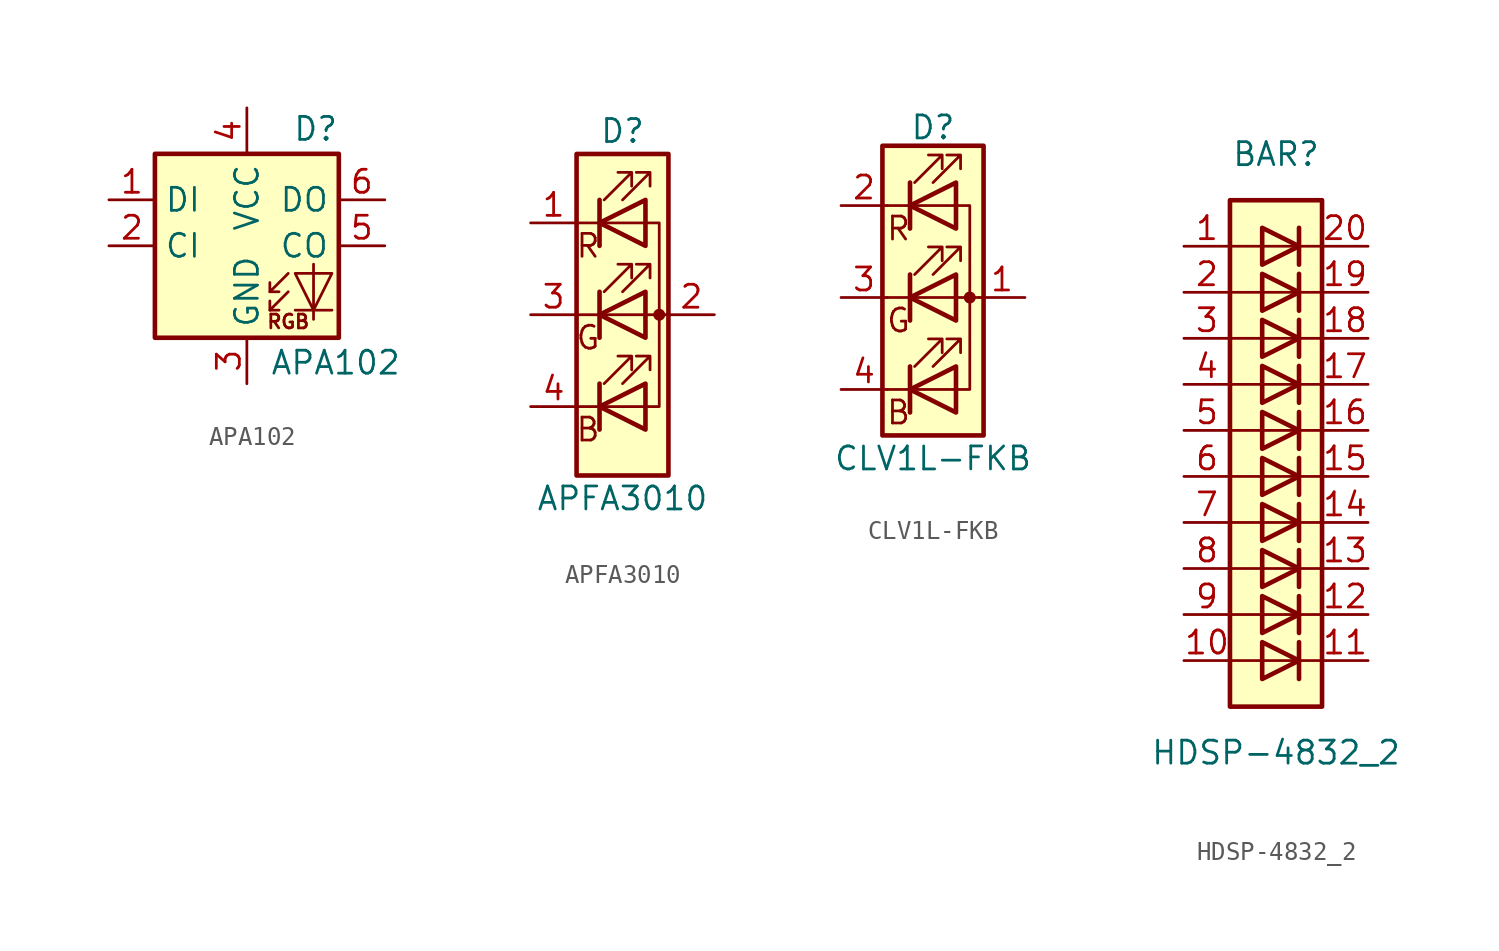
<source format=kicad_sym>
(kicad_symbol_lib
  (version 20211014)
  (generator kicad_symbol_editor)
  (symbol "APA102"
    (property "Reference" "D"
      (at 5.08 5.715 0)
      (effects (font (size 1.27 1.27)) (justify right bottom)))
    (property "Value" "APA102"
      (at 1.27 -5.715 0)
      (effects (font (size 1.27 1.27)) (justify left top)))
    (symbol "APA102_0_0"
      (text "RGB" (at 2.286 -4.191 0) (effects (font (size 0.762 0.762)))))
    (symbol "APA102_0_1"
      (polyline (pts (xy 1.27 -3.556) (xy 1.778 -3.556)) (stroke (width 0) (type default) (color 0 0 0 0)) (fill (type none)))
      (polyline (pts (xy 1.27 -2.54) (xy 1.778 -2.54)) (stroke (width 0) (type default) (color 0 0 0 0)) (fill (type none)))
      (polyline (pts (xy 4.699 -3.556) (xy 2.667 -3.556)) (stroke (width 0) (type default) (color 0 0 0 0)) (fill (type none)))
      (polyline (pts (xy 2.286 -2.54) (xy 1.27 -3.556) (xy 1.27 -3.048)) (stroke (width 0) (type default) (color 0 0 0 0)) (fill (type none)))
      (polyline (pts (xy 2.286 -1.524) (xy 1.27 -2.54) (xy 1.27 -2.032)) (stroke (width 0) (type default) (color 0 0 0 0)) (fill (type none)))
      (polyline (pts (xy 3.683 -1.016) (xy 3.683 -3.556) (xy 3.683 -4.064)) (stroke (width 0) (type default) (color 0 0 0 0)) (fill (type none)))
      (polyline (pts (xy 4.699 -1.524) (xy 2.667 -1.524) (xy 3.683 -3.556) (xy 4.699 -1.524)) (stroke (width 0) (type default) (color 0 0 0 0)) (fill (type none)))
      (rectangle (start 5.08 5.08) (end -5.08 -5.08) (stroke (width 0.254) (type default) (color 0 0 0 0)) (fill (type background))))
    (symbol "APA102_1_1"
      (pin input line (at -7.62 2.54 0) (length 2.54) (name "DI" (effects (font (size 1.27 1.27)))) (number "1" (effects (font (size 1.27 1.27)))))
      (pin input line (at -7.62 0 0) (length 2.54) (name "CI" (effects (font (size 1.27 1.27)))) (number "2" (effects (font (size 1.27 1.27)))))
      (pin power_in line (at 0 -7.62 90) (length 2.54) (name "GND" (effects (font (size 1.27 1.27)))) (number "3" (effects (font (size 1.27 1.27)))))
      (pin power_in line (at 0 7.62 270) (length 2.54) (name "VCC" (effects (font (size 1.27 1.27)))) (number "4" (effects (font (size 1.27 1.27)))))
      (pin output line (at 7.62 0 180) (length 2.54) (name "CO" (effects (font (size 1.27 1.27)))) (number "5" (effects (font (size 1.27 1.27)))))
      (pin output line (at 7.62 2.54 180) (length 2.54) (name "DO" (effects (font (size 1.27 1.27)))) (number "6" (effects (font (size 1.27 1.27)))))))
  (symbol "APFA3010"
    (pin_names
      (offset 0) hide)
    (property "Reference" "D"
      (at 0 10.16 0)
      (effects (font (size 1.27 1.27))))
    (property "Value" "APFA3010"
      (at 0 -10.16 0)
      (effects (font (size 1.27 1.27))))
    (symbol "APFA3010_0_0"
      (text "B" (at -1.905 -6.35 0) (effects (font (size 1.27 1.27))))
      (text "G" (at -1.905 -1.27 0) (effects (font (size 1.27 1.27))))
      (text "R" (at -1.905 3.81 0) (effects (font (size 1.27 1.27)))))
    (symbol "APFA3010_0_1"
      (rectangle (start -2.54 -8.89) (end 2.54 8.89) (stroke (width 0.254) (type default) (color 0 0 0 0)) (fill (type background)))
      (polyline (pts (xy -2.54 -5.08) (xy 1.27 -5.08)) (stroke (width 0) (type default) (color 0 0 0 0)) (fill (type none)))
      (polyline (pts (xy -1.27 -3.81) (xy -1.27 -6.35)) (stroke (width 0.254) (type default) (color 0 0 0 0)) (fill (type none)))
      (polyline (pts (xy -1.27 1.27) (xy -1.27 -1.27)) (stroke (width 0.254) (type default) (color 0 0 0 0)) (fill (type none)))
      (polyline (pts (xy -1.27 6.35) (xy -1.27 3.81)) (stroke (width 0.254) (type default) (color 0 0 0 0)) (fill (type none)))
      (polyline (pts (xy 1.27 5.08) (xy -2.54 5.08)) (stroke (width 0) (type default) (color 0 0 0 0)) (fill (type none)))
      (polyline (pts (xy 2.54 0) (xy -2.54 0)) (stroke (width 0) (type default) (color 0 0 0 0)) (fill (type none)))
      (polyline (pts (xy 1.27 -5.08) (xy 2.032 -5.08) (xy 2.032 5.08) (xy 1.27 5.08)) (stroke (width 0) (type default) (color 0 0 0 0)) (fill (type none)))
      (polyline (pts (xy 1.27 -3.81) (xy 1.27 -6.35) (xy -1.27 -5.08) (xy 1.27 -3.81)) (stroke (width 0.254) (type default) (color 0 0 0 0)) (fill (type none)))
      (polyline (pts (xy 1.27 1.27) (xy 1.27 -1.27) (xy -1.27 0) (xy 1.27 1.27)) (stroke (width 0.254) (type default) (color 0 0 0 0)) (fill (type none)))
      (polyline (pts (xy 1.27 6.35) (xy 1.27 3.81) (xy -1.27 5.08) (xy 1.27 6.35)) (stroke (width 0.254) (type default) (color 0 0 0 0)) (fill (type none)))
      (polyline (pts (xy -1.016 -3.81) (xy 0.508 -2.286) (xy -0.254 -2.286) (xy 0.508 -2.286) (xy 0.508 -3.048)) (stroke (width 0) (type default) (color 0 0 0 0)) (fill (type none)))
      (polyline (pts (xy -1.016 1.27) (xy 0.508 2.794) (xy -0.254 2.794) (xy 0.508 2.794) (xy 0.508 2.032)) (stroke (width 0) (type default) (color 0 0 0 0)) (fill (type none)))
      (polyline (pts (xy -1.016 6.35) (xy 0.508 7.874) (xy -0.254 7.874) (xy 0.508 7.874) (xy 0.508 7.112)) (stroke (width 0) (type default) (color 0 0 0 0)) (fill (type none)))
      (polyline (pts (xy 0 -3.81) (xy 1.524 -2.286) (xy 0.762 -2.286) (xy 1.524 -2.286) (xy 1.524 -3.048)) (stroke (width 0) (type default) (color 0 0 0 0)) (fill (type none)))
      (polyline (pts (xy 0 1.27) (xy 1.524 2.794) (xy 0.762 2.794) (xy 1.524 2.794) (xy 1.524 2.032)) (stroke (width 0) (type default) (color 0 0 0 0)) (fill (type none)))
      (polyline (pts (xy 0 6.35) (xy 1.524 7.874) (xy 0.762 7.874) (xy 1.524 7.874) (xy 1.524 7.112)) (stroke (width 0) (type default) (color 0 0 0 0)) (fill (type none)))
      (rectangle (start 1.27 6.35) (end 1.27 6.35) (stroke (width 0) (type default) (color 0 0 0 0)) (fill (type none)))
      (circle (center 2.032 0) (radius 0.254) (stroke (width 0) (type default) (color 0 0 0 0)) (fill (type outline))))
    (symbol "APFA3010_1_1"
      (pin input line (at -5.08 5.08 0) (length 2.54) (name "R" (effects (font (size 1.27 1.27)))) (number "1" (effects (font (size 1.27 1.27)))))
      (pin power_in line (at 5.08 0 180) (length 2.54) (name "A" (effects (font (size 1.27 1.27)))) (number "2" (effects (font (size 1.27 1.27)))))
      (pin input line (at -5.08 0 0) (length 2.54) (name "G" (effects (font (size 1.27 1.27)))) (number "3" (effects (font (size 1.27 1.27)))))
      (pin input line (at -5.08 -5.08 0) (length 2.54) (name "B" (effects (font (size 1.27 1.27)))) (number "4" (effects (font (size 1.27 1.27)))))))
  (symbol "CLV1L-FKB"
    (pin_names
      (offset 0) hide)
    (property "Reference" "D"
      (at 0 9.398 0)
      (effects (font (size 1.27 1.27))))
    (property "Value" "CLV1L-FKB"
      (at 0 -8.89 0)
      (effects (font (size 1.27 1.27))))
    (symbol "CLV1L-FKB_0_0"
      (text "B" (at -1.905 -6.35 0) (effects (font (size 1.27 1.27))))
      (text "G" (at -1.905 -1.27 0) (effects (font (size 1.27 1.27))))
      (text "R" (at -1.905 3.81 0) (effects (font (size 1.27 1.27)))))
    (symbol "CLV1L-FKB_0_1"
      (polyline (pts (xy -2.54 -5.08) (xy 1.27 -5.08)) (stroke (width 0) (type default) (color 0 0 0 0)) (fill (type none)))
      (polyline (pts (xy -1.27 -3.81) (xy -1.27 -6.35)) (stroke (width 0.254) (type default) (color 0 0 0 0)) (fill (type none)))
      (polyline (pts (xy -1.27 1.27) (xy -1.27 -1.27)) (stroke (width 0.254) (type default) (color 0 0 0 0)) (fill (type none)))
      (polyline (pts (xy -1.27 6.35) (xy -1.27 3.81)) (stroke (width 0.254) (type default) (color 0 0 0 0)) (fill (type none)))
      (polyline (pts (xy 1.27 5.08) (xy -2.54 5.08)) (stroke (width 0) (type default) (color 0 0 0 0)) (fill (type none)))
      (polyline (pts (xy 2.54 0) (xy -2.54 0)) (stroke (width 0) (type default) (color 0 0 0 0)) (fill (type none)))
      (polyline (pts (xy 1.27 -5.08) (xy 2.032 -5.08) (xy 2.032 5.08) (xy 1.27 5.08)) (stroke (width 0) (type default) (color 0 0 0 0)) (fill (type none)))
      (polyline (pts (xy 1.27 -3.81) (xy 1.27 -6.35) (xy -1.27 -5.08) (xy 1.27 -3.81)) (stroke (width 0.254) (type default) (color 0 0 0 0)) (fill (type none)))
      (polyline (pts (xy 1.27 1.27) (xy 1.27 -1.27) (xy -1.27 0) (xy 1.27 1.27)) (stroke (width 0.254) (type default) (color 0 0 0 0)) (fill (type none)))
      (polyline (pts (xy 1.27 6.35) (xy 1.27 3.81) (xy -1.27 5.08) (xy 1.27 6.35)) (stroke (width 0.254) (type default) (color 0 0 0 0)) (fill (type none)))
      (polyline (pts (xy -1.016 -3.81) (xy 0.508 -2.286) (xy -0.254 -2.286) (xy 0.508 -2.286) (xy 0.508 -3.048)) (stroke (width 0) (type default) (color 0 0 0 0)) (fill (type none)))
      (polyline (pts (xy -1.016 1.27) (xy 0.508 2.794) (xy -0.254 2.794) (xy 0.508 2.794) (xy 0.508 2.032)) (stroke (width 0) (type default) (color 0 0 0 0)) (fill (type none)))
      (polyline (pts (xy -1.016 6.35) (xy 0.508 7.874) (xy -0.254 7.874) (xy 0.508 7.874) (xy 0.508 7.112)) (stroke (width 0) (type default) (color 0 0 0 0)) (fill (type none)))
      (polyline (pts (xy 0 -3.81) (xy 1.524 -2.286) (xy 0.762 -2.286) (xy 1.524 -2.286) (xy 1.524 -3.048)) (stroke (width 0) (type default) (color 0 0 0 0)) (fill (type none)))
      (polyline (pts (xy 0 1.27) (xy 1.524 2.794) (xy 0.762 2.794) (xy 1.524 2.794) (xy 1.524 2.032)) (stroke (width 0) (type default) (color 0 0 0 0)) (fill (type none)))
      (polyline (pts (xy 0 6.35) (xy 1.524 7.874) (xy 0.762 7.874) (xy 1.524 7.874) (xy 1.524 7.112)) (stroke (width 0) (type default) (color 0 0 0 0)) (fill (type none)))
      (rectangle (start 1.27 6.35) (end 1.27 6.35) (stroke (width 0) (type default) (color 0 0 0 0)) (fill (type none)))
      (circle (center 2.032 0) (radius 0.254) (stroke (width 0) (type default) (color 0 0 0 0)) (fill (type outline)))
      (rectangle (start 2.794 8.382) (end -2.794 -7.62) (stroke (width 0.254) (type default) (color 0 0 0 0)) (fill (type background))))
    (symbol "CLV1L-FKB_1_1"
      (pin passive line (at 5.08 0 180) (length 2.54) (name "A" (effects (font (size 1.27 1.27)))) (number "1" (effects (font (size 1.27 1.27)))))
      (pin passive line (at -5.08 5.08 0) (length 2.54) (name "RK" (effects (font (size 1.27 1.27)))) (number "2" (effects (font (size 1.27 1.27)))))
      (pin passive line (at -5.08 0 0) (length 2.54) (name "GK" (effects (font (size 1.27 1.27)))) (number "3" (effects (font (size 1.27 1.27)))))
      (pin passive line (at -5.08 -5.08 0) (length 2.54) (name "BK" (effects (font (size 1.27 1.27)))) (number "4" (effects (font (size 1.27 1.27)))))))
  (symbol "HDSP-4832_2"
    (pin_names
      (offset 1.016) hide)
    (property "Reference" "BAR"
      (at 0 15.24 0)
      (effects (font (size 1.27 1.27))))
    (property "Value" "HDSP-4832_2"
      (at 0 -17.78 0)
      (effects (font (size 1.27 1.27))))
    (symbol "HDSP-4832_2_0_1"
      (rectangle (start -2.54 12.7) (end 2.54 -15.24) (stroke (width 0.254) (type default) (color 0 0 0 0)) (fill (type background)))
      (polyline (pts (xy -2.54 -12.7) (xy 2.54 -12.7)) (stroke (width 0) (type default) (color 0 0 0 0)) (fill (type none)))
      (polyline (pts (xy -2.54 -10.16) (xy 2.54 -10.16)) (stroke (width 0) (type default) (color 0 0 0 0)) (fill (type none)))
      (polyline (pts (xy -2.54 -7.62) (xy 2.54 -7.62)) (stroke (width 0) (type default) (color 0 0 0 0)) (fill (type none)))
      (polyline (pts (xy -2.54 -5.08) (xy 2.54 -5.08)) (stroke (width 0) (type default) (color 0 0 0 0)) (fill (type none)))
      (polyline (pts (xy -2.54 0) (xy 2.54 0)) (stroke (width 0) (type default) (color 0 0 0 0)) (fill (type none)))
      (polyline (pts (xy -2.54 5.08) (xy 2.54 5.08)) (stroke (width 0) (type default) (color 0 0 0 0)) (fill (type none)))
      (polyline (pts (xy -2.54 7.62) (xy 2.54 7.62)) (stroke (width 0) (type default) (color 0 0 0 0)) (fill (type none)))
      (polyline (pts (xy -2.54 10.16) (xy 2.54 10.16)) (stroke (width 0) (type default) (color 0 0 0 0)) (fill (type none)))
      (polyline (pts (xy 1.27 -11.684) (xy 1.27 -13.716)) (stroke (width 0.254) (type default) (color 0 0 0 0)) (fill (type none)))
      (polyline (pts (xy 1.27 -9.144) (xy 1.27 -11.176)) (stroke (width 0.254) (type default) (color 0 0 0 0)) (fill (type none)))
      (polyline (pts (xy 1.27 -6.604) (xy 1.27 -8.636)) (stroke (width 0.254) (type default) (color 0 0 0 0)) (fill (type none)))
      (polyline (pts (xy 1.27 -4.064) (xy 1.27 -6.096)) (stroke (width 0.254) (type default) (color 0 0 0 0)) (fill (type none)))
      (polyline (pts (xy 1.27 -1.524) (xy 1.27 -3.556)) (stroke (width 0.254) (type default) (color 0 0 0 0)) (fill (type none)))
      (polyline (pts (xy 1.27 1.016) (xy 1.27 -1.016)) (stroke (width 0.254) (type default) (color 0 0 0 0)) (fill (type none)))
      (polyline (pts (xy 1.27 3.556) (xy 1.27 1.524)) (stroke (width 0.254) (type default) (color 0 0 0 0)) (fill (type none)))
      (polyline (pts (xy 1.27 6.096) (xy 1.27 4.064)) (stroke (width 0.254) (type default) (color 0 0 0 0)) (fill (type none)))
      (polyline (pts (xy 1.27 8.636) (xy 1.27 6.604)) (stroke (width 0.254) (type default) (color 0 0 0 0)) (fill (type none)))
      (polyline (pts (xy 1.27 11.176) (xy 1.27 9.144)) (stroke (width 0.254) (type default) (color 0 0 0 0)) (fill (type none)))
      (polyline (pts (xy 2.54 -2.54) (xy -2.54 -2.54)) (stroke (width 0) (type default) (color 0 0 0 0)) (fill (type none)))
      (polyline (pts (xy 2.54 2.54) (xy -2.54 2.54)) (stroke (width 0) (type default) (color 0 0 0 0)) (fill (type none)))
      (polyline (pts (xy -0.762 -11.684) (xy -0.762 -13.716) (xy 1.27 -12.7) (xy -0.762 -11.684)) (stroke (width 0.254) (type default) (color 0 0 0 0)) (fill (type none)))
      (polyline (pts (xy -0.762 -9.144) (xy -0.762 -11.176) (xy 1.27 -10.16) (xy -0.762 -9.144)) (stroke (width 0.254) (type default) (color 0 0 0 0)) (fill (type none)))
      (polyline (pts (xy -0.762 -6.604) (xy -0.762 -8.636) (xy 1.27 -7.62) (xy -0.762 -6.604)) (stroke (width 0.254) (type default) (color 0 0 0 0)) (fill (type none)))
      (polyline (pts (xy -0.762 -4.064) (xy -0.762 -6.096) (xy 1.27 -5.08) (xy -0.762 -4.064)) (stroke (width 0.254) (type default) (color 0 0 0 0)) (fill (type none)))
      (polyline (pts (xy -0.762 -1.524) (xy -0.762 -3.556) (xy 1.27 -2.54) (xy -0.762 -1.524)) (stroke (width 0.254) (type default) (color 0 0 0 0)) (fill (type none)))
      (polyline (pts (xy -0.762 1.016) (xy -0.762 -1.016) (xy 1.27 0) (xy -0.762 1.016)) (stroke (width 0.254) (type default) (color 0 0 0 0)) (fill (type none)))
      (polyline (pts (xy -0.762 3.556) (xy -0.762 1.524) (xy 1.27 2.54) (xy -0.762 3.556)) (stroke (width 0.254) (type default) (color 0 0 0 0)) (fill (type none)))
      (polyline (pts (xy -0.762 6.096) (xy -0.762 4.064) (xy 1.27 5.08) (xy -0.762 6.096)) (stroke (width 0.254) (type default) (color 0 0 0 0)) (fill (type none)))
      (polyline (pts (xy -0.762 8.636) (xy -0.762 6.604) (xy 1.27 7.62) (xy -0.762 8.636)) (stroke (width 0.254) (type default) (color 0 0 0 0)) (fill (type none)))
      (polyline (pts (xy -0.762 11.176) (xy -0.762 9.144) (xy 1.27 10.16) (xy -0.762 11.176)) (stroke (width 0.254) (type default) (color 0 0 0 0)) (fill (type none))))
    (symbol "HDSP-4832_2_1_1"
      (pin passive line (at -5.08 10.16 0) (length 2.54) (name "A" (effects (font (size 1.27 1.27)))) (number "1" (effects (font (size 1.27 1.27)))))
      (pin passive line (at -5.08 -12.7 0) (length 2.54) (name "A" (effects (font (size 1.27 1.27)))) (number "10" (effects (font (size 1.27 1.27)))))
      (pin passive line (at 5.08 -12.7 180) (length 2.54) (name "K" (effects (font (size 1.27 1.27)))) (number "11" (effects (font (size 1.27 1.27)))))
      (pin passive line (at 5.08 -10.16 180) (length 2.54) (name "K" (effects (font (size 1.27 1.27)))) (number "12" (effects (font (size 1.27 1.27)))))
      (pin passive line (at 5.08 -7.62 180) (length 2.54) (name "K" (effects (font (size 1.27 1.27)))) (number "13" (effects (font (size 1.27 1.27)))))
      (pin passive line (at 5.08 -5.08 180) (length 2.54) (name "K" (effects (font (size 1.27 1.27)))) (number "14" (effects (font (size 1.27 1.27)))))
      (pin passive line (at 5.08 -2.54 180) (length 2.54) (name "K" (effects (font (size 1.27 1.27)))) (number "15" (effects (font (size 1.27 1.27)))))
      (pin passive line (at 5.08 0 180) (length 2.54) (name "K" (effects (font (size 1.27 1.27)))) (number "16" (effects (font (size 1.27 1.27)))))
      (pin passive line (at 5.08 2.54 180) (length 2.54) (name "K" (effects (font (size 1.27 1.27)))) (number "17" (effects (font (size 1.27 1.27)))))
      (pin passive line (at 5.08 5.08 180) (length 2.54) (name "K" (effects (font (size 1.27 1.27)))) (number "18" (effects (font (size 1.27 1.27)))))
      (pin passive line (at 5.08 7.62 180) (length 2.54) (name "K" (effects (font (size 1.27 1.27)))) (number "19" (effects (font (size 1.27 1.27)))))
      (pin passive line (at -5.08 7.62 0) (length 2.54) (name "A" (effects (font (size 1.27 1.27)))) (number "2" (effects (font (size 1.27 1.27)))))
      (pin passive line (at 5.08 10.16 180) (length 2.54) (name "K" (effects (font (size 1.27 1.27)))) (number "20" (effects (font (size 1.27 1.27)))))
      (pin passive line (at -5.08 5.08 0) (length 2.54) (name "A" (effects (font (size 1.27 1.27)))) (number "3" (effects (font (size 1.27 1.27)))))
      (pin passive line (at -5.08 2.54 0) (length 2.54) (name "A" (effects (font (size 1.27 1.27)))) (number "4" (effects (font (size 1.27 1.27)))))
      (pin passive line (at -5.08 0 0) (length 2.54) (name "A" (effects (font (size 1.27 1.27)))) (number "5" (effects (font (size 1.27 1.27)))))
      (pin passive line (at -5.08 -2.54 0) (length 2.54) (name "A" (effects (font (size 1.27 1.27)))) (number "6" (effects (font (size 1.27 1.27)))))
      (pin passive line (at -5.08 -5.08 0) (length 2.54) (name "A" (effects (font (size 1.27 1.27)))) (number "7" (effects (font (size 1.27 1.27)))))
      (pin passive line (at -5.08 -7.62 0) (length 2.54) (name "A" (effects (font (size 1.27 1.27)))) (number "8" (effects (font (size 1.27 1.27)))))
      (pin passive line (at -5.08 -10.16 0) (length 2.54) (name "A" (effects (font (size 1.27 1.27)))) (number "9" (effects (font (size 1.27 1.27))))))))
</source>
